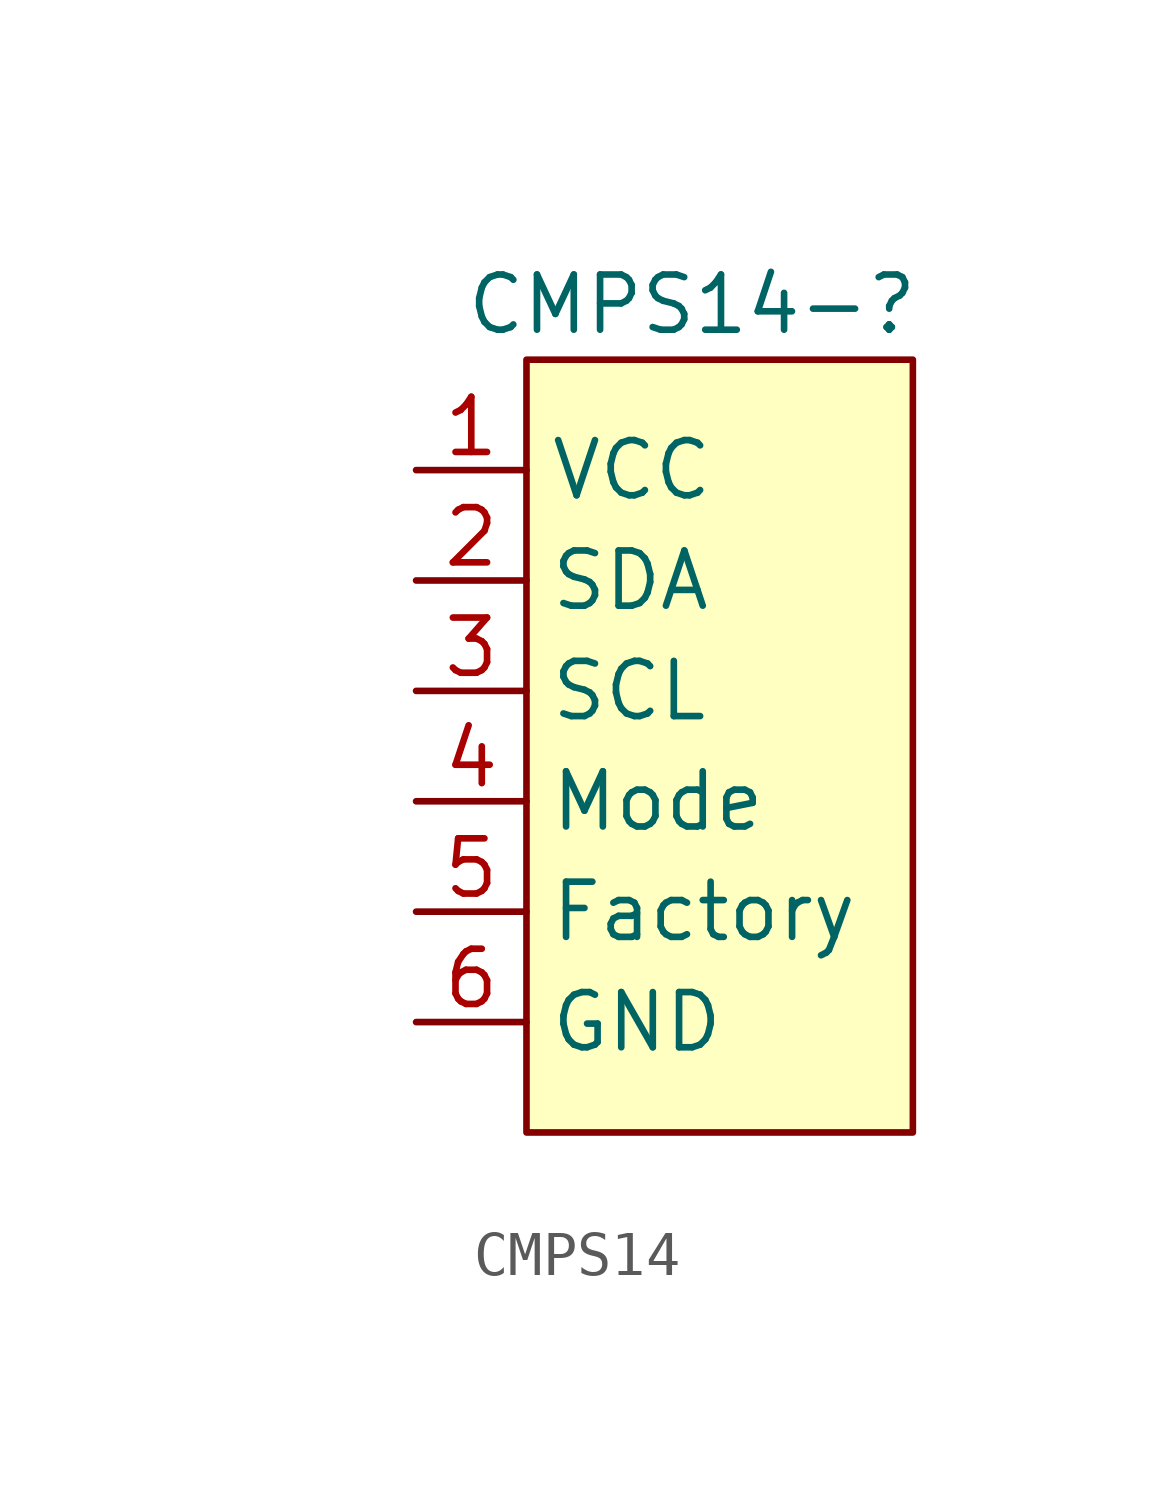
<source format=kicad_sym>
(kicad_symbol_lib
  (version 20231120)
  (generator "kicad_symbol_editor")
  (generator_version "8.0")
  (symbol "CMPS14"
    (property "Reference" "CMPS14-"
      (at 0 10.16 0)
      (effects (font (size 1.27 1.27))))
    (property "Value" ""
      (at -10.16 1.27 0)
      (effects (font (size 1.27 1.27))))
    (symbol "CMPS14_1_1"
      (rectangle (start -3.81 8.89) (end 5.08 -8.89) (stroke (width 0) (type default)) (fill (type background)))
      (pin power_in line (at -6.35 6.35 0) (length 2.54) (name "VCC" (effects (font (size 1.27 1.27)))) (number "1" (effects (font (size 1.27 1.27)))))
      (pin bidirectional line (at -6.35 3.81 0) (length 2.54) (name "SDA" (effects (font (size 1.27 1.27)))) (number "2" (effects (font (size 1.27 1.27)))))
      (pin bidirectional line (at -6.35 1.27 0) (length 2.54) (name "SCL" (effects (font (size 1.27 1.27)))) (number "3" (effects (font (size 1.27 1.27)))))
      (pin input line (at -6.35 -1.27 0) (length 2.54) (name "Mode" (effects (font (size 1.27 1.27)))) (number "4" (effects (font (size 1.27 1.27)))))
      (pin input line (at -6.35 -3.81 0) (length 2.54) (name "Factory" (effects (font (size 1.27 1.27)))) (number "5" (effects (font (size 1.27 1.27)))))
      (pin power_in line (at -6.35 -6.35 0) (length 2.54) (name "GND" (effects (font (size 1.27 1.27)))) (number "6" (effects (font (size 1.27 1.27))))))))
</source>
